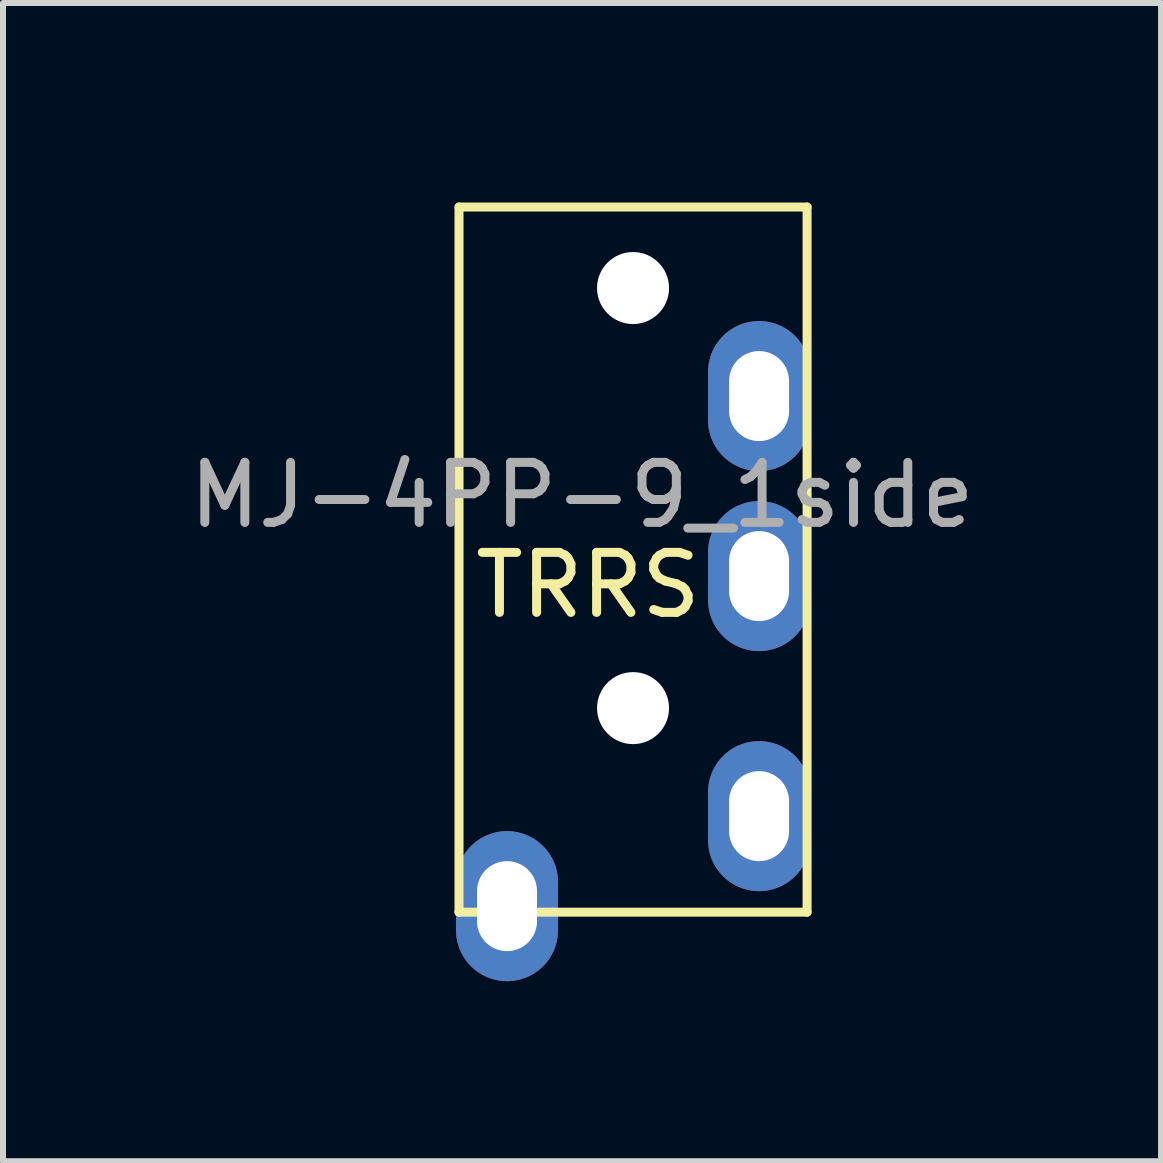
<source format=kicad_pcb>
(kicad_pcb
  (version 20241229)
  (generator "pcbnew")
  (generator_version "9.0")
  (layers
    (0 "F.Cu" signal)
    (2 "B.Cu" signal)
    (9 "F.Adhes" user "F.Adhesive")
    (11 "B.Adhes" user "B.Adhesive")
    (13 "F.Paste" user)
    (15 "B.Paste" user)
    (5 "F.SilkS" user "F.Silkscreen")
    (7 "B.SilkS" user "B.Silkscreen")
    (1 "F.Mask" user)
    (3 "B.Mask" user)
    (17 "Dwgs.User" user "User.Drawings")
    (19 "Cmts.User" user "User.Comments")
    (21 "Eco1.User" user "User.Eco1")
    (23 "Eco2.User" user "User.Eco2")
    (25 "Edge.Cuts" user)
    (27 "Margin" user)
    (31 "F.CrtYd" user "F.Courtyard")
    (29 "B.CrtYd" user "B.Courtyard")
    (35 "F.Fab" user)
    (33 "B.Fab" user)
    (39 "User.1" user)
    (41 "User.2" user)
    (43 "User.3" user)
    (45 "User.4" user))
  (footprint "MJ-4PP-9_1side"
    (layer "F.Cu")
    (at 7.499 0.25)
    (property "Reference" "MJ-4PP-9_1side" (at -0.85 4.95 0) (layer "F.Fab") (effects (font (size 1 1) (thickness 0.15))))
    (attr through_hole)
    (fp_line (start -2.9 0.15) (end 2.9 0.15) (stroke (width 0.15) (type solid)) (layer "F.SilkS"))
    (fp_line (start -2.9 11.9) (end -2.9 0.15) (stroke (width 0.15) (type solid)) (layer "F.SilkS"))
    (fp_line (start 2.9 0.15) (end 2.9 11.9) (stroke (width 0.15) (type solid)) (layer "F.SilkS"))
    (fp_line (start 2.9 11.9) (end -2.9 11.9) (stroke (width 0.15) (type solid)) (layer "F.SilkS"))
    (fp_text user "TRRS" (at -0.75 6.45 0) (layer "F.SilkS") (effects (font (size 1 1) (thickness 0.15))))
    (pad "" np_thru_hole circle (at 0 1.5) (size 1.2 1.2) (drill 1.2) (layers "*.Cu" "*.Mask"))
    (pad "" np_thru_hole circle (at 0 8.5) (size 1.2 1.2) (drill 1.2) (layers "*.Cu" "*.Mask"))
    (pad "A" thru_hole oval (at -2.1 11.8) (size 1.7 2.5) (drill oval 1 1.5) (layers "*.Cu" "B.Mask"))
    (pad "B" thru_hole oval (at 2.1 3.3) (size 1.7 2.5) (drill oval 1 1.5) (layers "*.Cu" "B.Mask"))
    (pad "C" thru_hole oval (at 2.1 6.3) (size 1.7 2.5) (drill oval 1 1.5) (layers "*.Cu" "B.Mask"))
    (pad "D" thru_hole oval (at 2.1 10.3) (size 1.7 2.5) (drill oval 1 1.5) (layers "*.Cu" "B.Mask")))
  (gr_rect
    (start -3 -3)
    (end 16.298 16.3)
    (stroke (width 0.1) (type default))
    (fill no)
    (layer "Edge.Cuts")))
</source>
